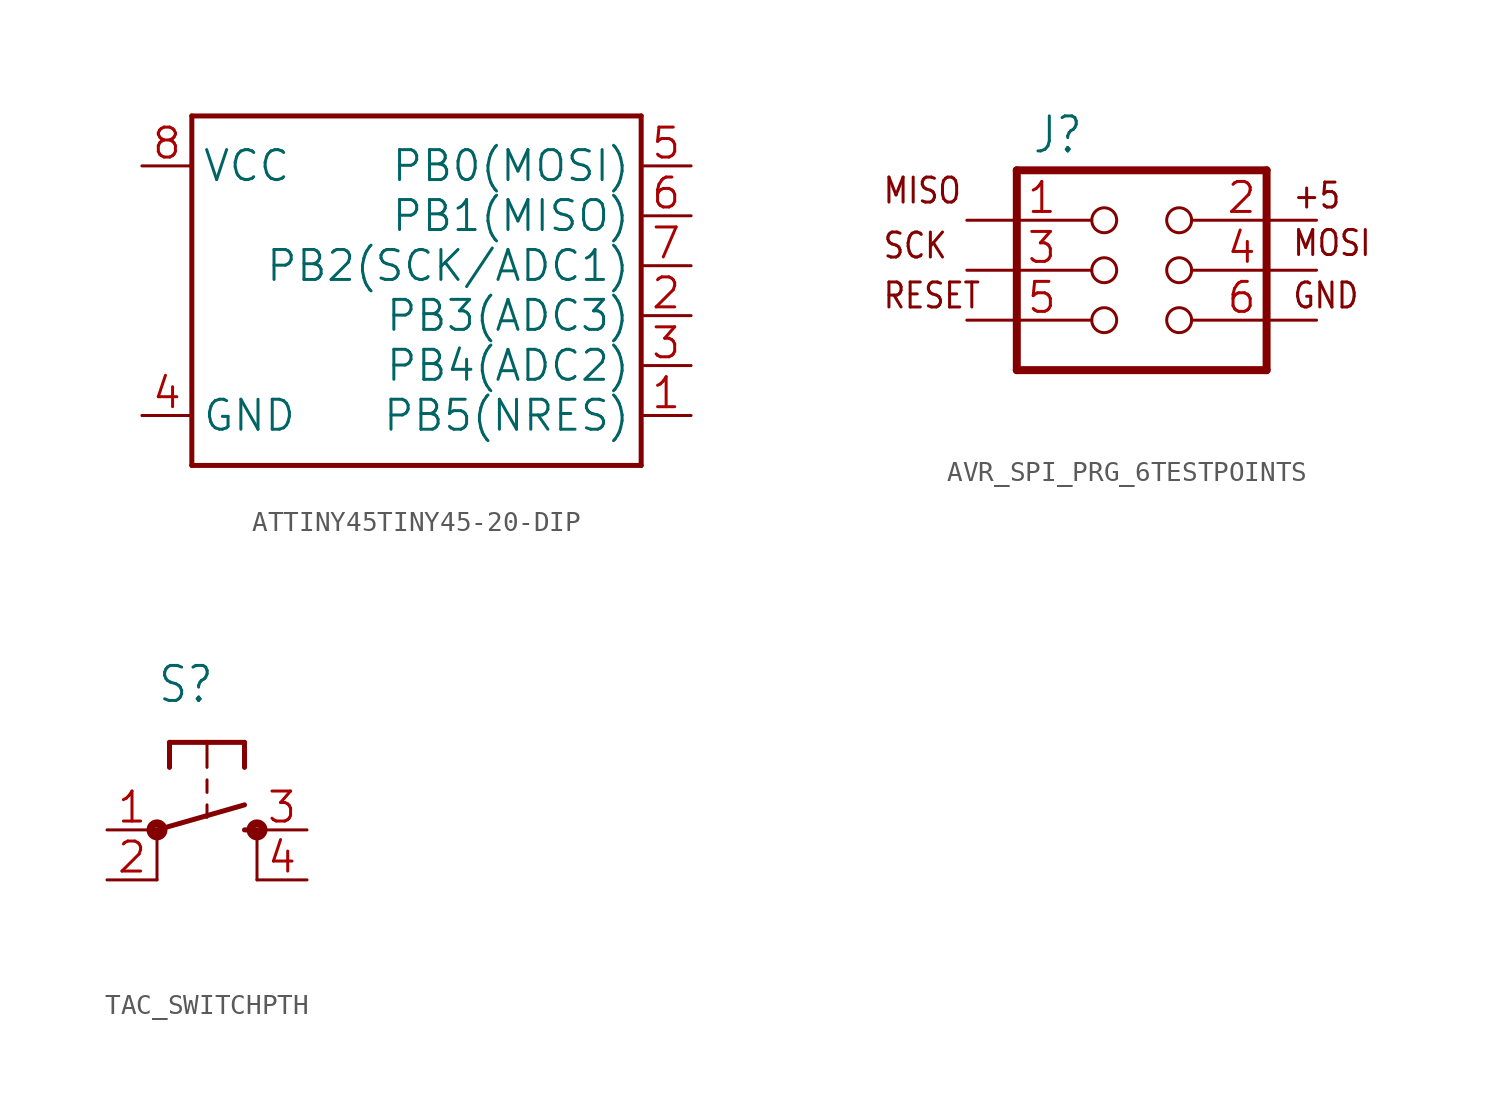
<source format=kicad_sym>
(kicad_symbol_lib
  (version 20241209)
  (generator "kicad_symbol_editor")
  (generator_version "9.0")
  (symbol "ATTINY45TINY45-20-DIP"
    (property "Reference" "U"
      (at -12.7 10.16 0)
      (effects (font (size 1.778 1.511)) (justify left bottom) (hide yes)))
    (property "ki_locked" ""
      (at 0 0 0)
      (effects (font (size 1.27 1.27))))
    (symbol "ATTINY45TINY45-20-DIP_1_0"
      (polyline (pts (xy -12.7 10.16) (xy 10.16 10.16)) (stroke (width 0.254) (type solid)) (fill (type none)))
      (polyline (pts (xy -12.7 -7.62) (xy -12.7 10.16)) (stroke (width 0.254) (type solid)) (fill (type none)))
      (polyline (pts (xy 10.16 10.16) (xy 10.16 -7.62)) (stroke (width 0.254) (type solid)) (fill (type none)))
      (polyline (pts (xy 10.16 -7.62) (xy -12.7 -7.62)) (stroke (width 0.254) (type solid)) (fill (type none)))
      (pin bidirectional line (at -15.24 7.62 0) (length 2.54) (name "VCC" (effects (font (size 1.524 1.524)))) (number "8" (effects (font (size 1.524 1.524)))))
      (pin bidirectional line (at -15.24 -5.08 0) (length 2.54) (name "GND" (effects (font (size 1.524 1.524)))) (number "4" (effects (font (size 1.524 1.524)))))
      (pin bidirectional line (at 12.7 7.62 180) (length 2.54) (name "PB0(MOSI)" (effects (font (size 1.524 1.524)))) (number "5" (effects (font (size 1.524 1.524)))))
      (pin bidirectional line (at 12.7 5.08 180) (length 2.54) (name "PB1(MISO)" (effects (font (size 1.524 1.524)))) (number "6" (effects (font (size 1.524 1.524)))))
      (pin bidirectional line (at 12.7 2.54 180) (length 2.54) (name "PB2(SCK/ADC1)" (effects (font (size 1.524 1.524)))) (number "7" (effects (font (size 1.524 1.524)))))
      (pin bidirectional line (at 12.7 0 180) (length 2.54) (name "PB3(ADC3)" (effects (font (size 1.524 1.524)))) (number "2" (effects (font (size 1.524 1.524)))))
      (pin bidirectional line (at 12.7 -2.54 180) (length 2.54) (name "PB4(ADC2)" (effects (font (size 1.524 1.524)))) (number "3" (effects (font (size 1.524 1.524)))))
      (pin bidirectional line (at 12.7 -5.08 180) (length 2.54) (name "PB5(NRES)" (effects (font (size 1.524 1.524)))) (number "1" (effects (font (size 1.524 1.524)))))))
  (symbol "AVR_SPI_PRG_6TESTPOINTS"
    (property "Reference" "J"
      (at -4.318 5.842 0)
      (effects (font (size 1.778 1.511)) (justify left bottom)))
    (property "Value" ""
      (at -4.064 -7.62 0)
      (effects (font (size 1.778 1.511)) (justify left bottom)))
    (property "ki_locked" ""
      (at 0 0 0)
      (effects (font (size 1.27 1.27))))
    (symbol "AVR_SPI_PRG_6TESTPOINTS_1_0"
      (polyline (pts (xy -5.08 5.08) (xy -5.08 -5.08)) (stroke (width 0.406) (type solid)) (fill (type none)))
      (polyline (pts (xy -5.08 -5.08) (xy 7.62 -5.08)) (stroke (width 0.406) (type solid)) (fill (type none)))
      (polyline (pts (xy 7.62 5.08) (xy -5.08 5.08)) (stroke (width 0.406) (type solid)) (fill (type none)))
      (polyline (pts (xy 7.62 -5.08) (xy 7.62 5.08)) (stroke (width 0.406) (type solid)) (fill (type none)))
      (text "MISO" (at -11.938 3.302 0) (effects (font (size 1.27 1.079)) (justify left bottom)))
      (text "SCK" (at -11.938 0.508 0) (effects (font (size 1.27 1.079)) (justify left bottom)))
      (text "RESET" (at -11.938 -2.032 0) (effects (font (size 1.27 1.079)) (justify left bottom)))
      (text "+5" (at 8.89 3.048 0) (effects (font (size 1.27 1.079)) (justify left bottom)))
      (text "MOSI" (at 8.89 0.635 0) (effects (font (size 1.27 1.079)) (justify left bottom)))
      (text "GND" (at 8.89 -2.032 0) (effects (font (size 1.27 1.079)) (justify left bottom)))
      (pin passive inverted (at -7.62 2.54 0) (length 7.62) (name "1" (effects (font (size 0 0)))) (number "1" (effects (font (size 1.524 1.524)))))
      (pin passive inverted (at -7.62 0 0) (length 7.62) (name "3" (effects (font (size 0 0)))) (number "3" (effects (font (size 1.524 1.524)))))
      (pin passive inverted (at -7.62 -2.54 0) (length 7.62) (name "5" (effects (font (size 0 0)))) (number "5" (effects (font (size 1.524 1.524)))))
      (pin passive inverted (at 10.16 2.54 180) (length 7.62) (name "2" (effects (font (size 0 0)))) (number "2" (effects (font (size 1.524 1.524)))))
      (pin passive inverted (at 10.16 0 180) (length 7.62) (name "4" (effects (font (size 0 0)))) (number "4" (effects (font (size 1.524 1.524)))))
      (pin passive inverted (at 10.16 -2.54 180) (length 7.62) (name "6" (effects (font (size 0 0)))) (number "6" (effects (font (size 1.524 1.524)))))))
  (symbol "TAC_SWITCHPTH"
    (property "Reference" "S"
      (at -2.54 6.35 0)
      (effects (font (size 1.778 1.511)) (justify left bottom)))
    (property "Value" ""
      (at -2.54 -6.35 0)
      (effects (font (size 1.778 1.511)) (justify left bottom)))
    (property "ki_locked" ""
      (at 0 0 0)
      (effects (font (size 1.27 1.27))))
    (symbol "TAC_SWITCHPTH_1_0"
      (circle (center -2.54 0) (radius 0.127) (stroke (width 0.406) (type solid)) (fill (type none)))
      (polyline (pts (xy -2.54 0) (xy 1.905 1.27)) (stroke (width 0.254) (type solid)) (fill (type none)))
      (polyline (pts (xy -2.54 -2.54) (xy -2.54 0)) (stroke (width 0.152) (type solid)) (fill (type none)))
      (polyline (pts (xy -1.905 4.445) (xy -1.905 3.175)) (stroke (width 0.254) (type solid)) (fill (type none)))
      (polyline (pts (xy 0 4.445) (xy -1.905 4.445)) (stroke (width 0.254) (type solid)) (fill (type none)))
      (polyline (pts (xy 0 4.445) (xy 0 3.175)) (stroke (width 0.152) (type solid)) (fill (type none)))
      (polyline (pts (xy 0 2.54) (xy 0 1.905)) (stroke (width 0.152) (type solid)) (fill (type none)))
      (polyline (pts (xy 0 1.27) (xy 0 0.635)) (stroke (width 0.152) (type solid)) (fill (type none)))
      (polyline (pts (xy 1.905 4.445) (xy 0 4.445)) (stroke (width 0.254) (type solid)) (fill (type none)))
      (polyline (pts (xy 1.905 4.445) (xy 1.905 3.175)) (stroke (width 0.254) (type solid)) (fill (type none)))
      (polyline (pts (xy 1.905 0) (xy 2.54 0)) (stroke (width 0.254) (type solid)) (fill (type none)))
      (circle (center 2.54 0) (radius 0.127) (stroke (width 0.406) (type solid)) (fill (type none)))
      (polyline (pts (xy 2.54 -2.54) (xy 2.54 0)) (stroke (width 0.152) (type solid)) (fill (type none)))
      (pin passive line (at -5.08 0 0) (length 2.54) (name "1" (effects (font (size 0 0)))) (number "1" (effects (font (size 1.524 1.524)))))
      (pin passive line (at -5.08 -2.54 0) (length 2.54) (name "2" (effects (font (size 0 0)))) (number "2" (effects (font (size 1.524 1.524)))))
      (pin passive line (at 5.08 0 180) (length 2.54) (name "3" (effects (font (size 0 0)))) (number "3" (effects (font (size 1.524 1.524)))))
      (pin passive line (at 5.08 -2.54 180) (length 2.54) (name "4" (effects (font (size 0 0)))) (number "4" (effects (font (size 1.524 1.524))))))))
</source>
